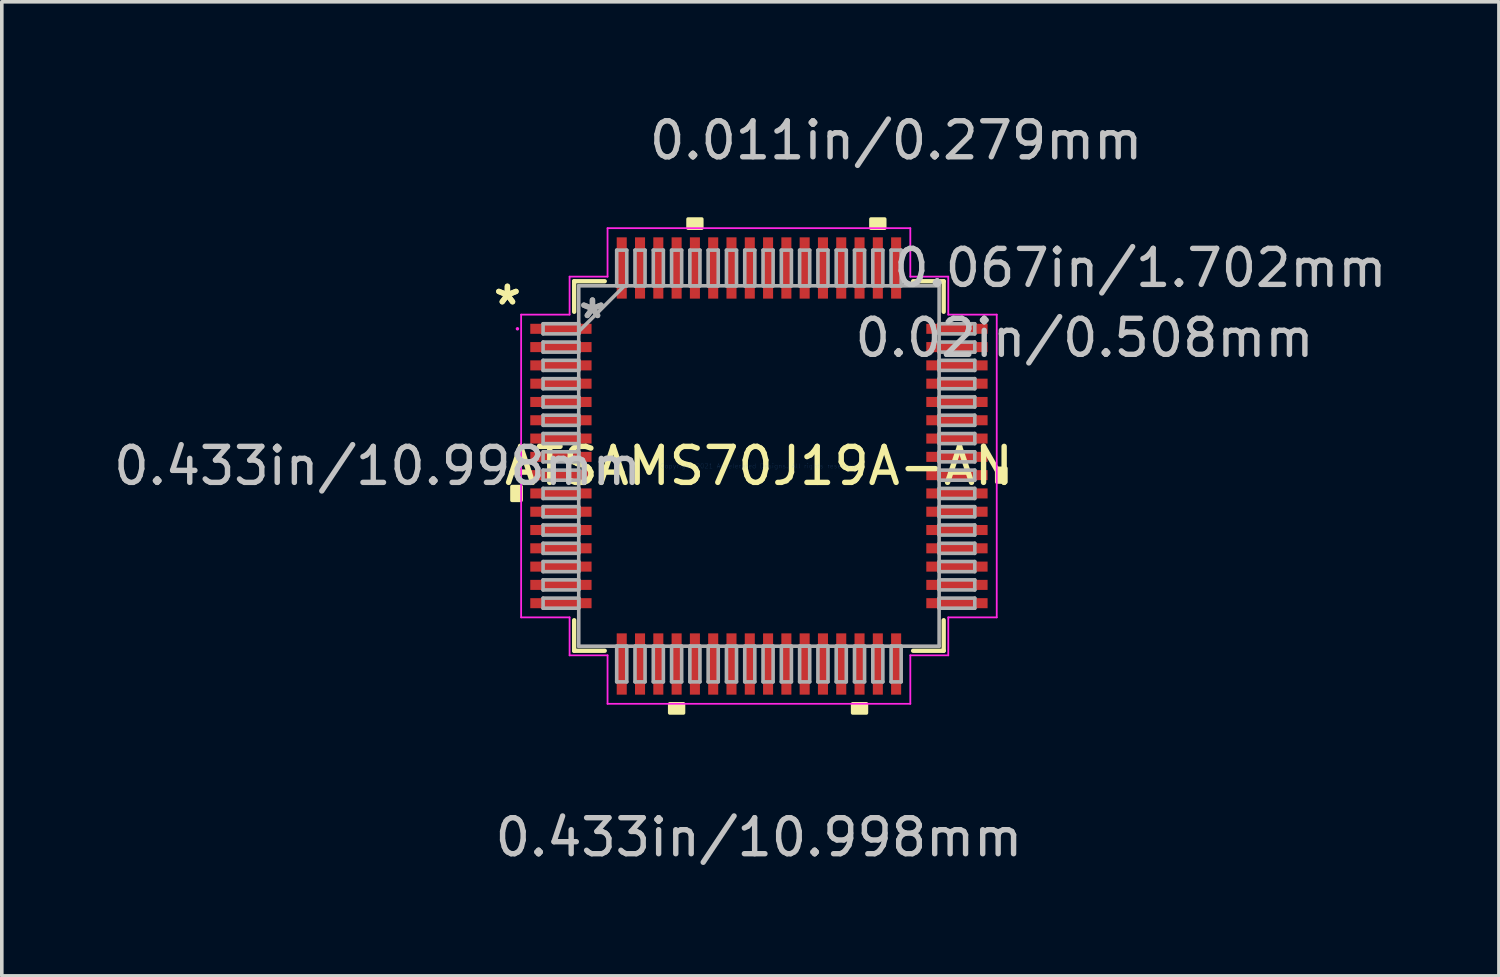
<source format=kicad_pcb>
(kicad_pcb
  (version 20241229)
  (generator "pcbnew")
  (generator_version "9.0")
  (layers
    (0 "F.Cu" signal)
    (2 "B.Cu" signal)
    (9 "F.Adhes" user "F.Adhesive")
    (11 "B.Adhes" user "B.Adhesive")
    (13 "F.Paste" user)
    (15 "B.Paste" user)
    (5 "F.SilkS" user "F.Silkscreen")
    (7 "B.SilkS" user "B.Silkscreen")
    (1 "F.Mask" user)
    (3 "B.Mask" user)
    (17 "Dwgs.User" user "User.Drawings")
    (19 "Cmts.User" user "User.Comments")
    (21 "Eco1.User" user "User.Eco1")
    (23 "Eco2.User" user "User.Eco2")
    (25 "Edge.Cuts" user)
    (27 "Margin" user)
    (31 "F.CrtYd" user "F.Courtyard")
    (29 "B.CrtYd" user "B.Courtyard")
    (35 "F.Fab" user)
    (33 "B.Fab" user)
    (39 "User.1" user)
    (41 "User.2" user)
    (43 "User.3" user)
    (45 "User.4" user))
  (footprint "ATSAMS70J19A-AN"
    (layer "F.Cu")
    (at 18.026 9.891)
    (property "Reference" "ATSAMS70J19A-AN" (at 0 0 0) (layer "F.SilkS") (effects (font (size 1 1) (thickness 0.15))))
    (attr through_hole)
    (fp_line (start -5.131 -5.131) (end -5.131 -4.282) (stroke (width 0.12) (type solid)) (layer "F.SilkS"))
    (fp_line (start -5.131 4.282) (end -5.131 5.131) (stroke (width 0.12) (type solid)) (layer "F.SilkS"))
    (fp_line (start -5.131 5.131) (end -4.282 5.131) (stroke (width 0.12) (type solid)) (layer "F.SilkS"))
    (fp_line (start -4.282 -5.131) (end -5.131 -5.131) (stroke (width 0.12) (type solid)) (layer "F.SilkS"))
    (fp_line (start 4.282 5.131) (end 5.131 5.131) (stroke (width 0.12) (type solid)) (layer "F.SilkS"))
    (fp_line (start 5.131 -5.131) (end 4.282 -5.131) (stroke (width 0.12) (type solid)) (layer "F.SilkS"))
    (fp_line (start 5.131 -4.282) (end 5.131 -5.131) (stroke (width 0.12) (type solid)) (layer "F.SilkS"))
    (fp_line (start 5.131 5.131) (end 5.131 4.282) (stroke (width 0.12) (type solid)) (layer "F.SilkS"))
    (fp_poly (pts (xy -6.858 0.572) (xy -6.858 0.953) (xy -6.604 0.953) (xy -6.604 0.572)) (stroke (width 0.1) (type solid)) (fill yes) (layer "F.SilkS"))
    (fp_poly (pts (xy -2.477 6.604) (xy -2.477 6.858) (xy -2.095 6.858) (xy -2.095 6.604)) (stroke (width 0.1) (type solid)) (fill yes) (layer "F.SilkS"))
    (fp_poly (pts (xy -1.968 -6.604) (xy -1.968 -6.858) (xy -1.587 -6.858) (xy -1.587 -6.604)) (stroke (width 0.1) (type solid)) (fill yes) (layer "F.SilkS"))
    (fp_poly (pts (xy 2.603 6.604) (xy 2.603 6.858) (xy 2.985 6.858) (xy 2.985 6.604)) (stroke (width 0.1) (type solid)) (fill yes) (layer "F.SilkS"))
    (fp_poly (pts (xy 3.111 -6.604) (xy 3.111 -6.858) (xy 3.493 -6.858) (xy 3.493 -6.604)) (stroke (width 0.1) (type solid)) (fill yes) (layer "F.SilkS"))
    (fp_poly (pts (xy 6.858 0.064) (xy 6.858 0.445) (xy 6.604 0.445) (xy 6.604 0.064)) (stroke (width 0.1) (type solid)) (fill yes) (layer "F.SilkS"))
    (fp_line (start -6.604 -4.204) (end -5.258 -4.204) (stroke (width 0.05) (type solid)) (layer "F.CrtYd"))
    (fp_line (start -6.604 4.204) (end -6.604 -4.204) (stroke (width 0.05) (type solid)) (layer "F.CrtYd"))
    (fp_line (start -5.258 -5.258) (end -4.204 -5.258) (stroke (width 0.05) (type solid)) (layer "F.CrtYd"))
    (fp_line (start -5.258 -4.204) (end -5.258 -5.258) (stroke (width 0.05) (type solid)) (layer "F.CrtYd"))
    (fp_line (start -5.258 4.204) (end -6.604 4.204) (stroke (width 0.05) (type solid)) (layer "F.CrtYd"))
    (fp_line (start -5.258 5.258) (end -5.258 4.204) (stroke (width 0.05) (type solid)) (layer "F.CrtYd"))
    (fp_line (start -4.204 -6.604) (end 4.204 -6.604) (stroke (width 0.05) (type solid)) (layer "F.CrtYd"))
    (fp_line (start -4.204 -5.258) (end -4.204 -6.604) (stroke (width 0.05) (type solid)) (layer "F.CrtYd"))
    (fp_line (start -4.204 5.258) (end -5.258 5.258) (stroke (width 0.05) (type solid)) (layer "F.CrtYd"))
    (fp_line (start -4.204 6.604) (end -4.204 5.258) (stroke (width 0.05) (type solid)) (layer "F.CrtYd"))
    (fp_line (start 4.204 -6.604) (end 4.204 -5.258) (stroke (width 0.05) (type solid)) (layer "F.CrtYd"))
    (fp_line (start 4.204 -5.258) (end 5.258 -5.258) (stroke (width 0.05) (type solid)) (layer "F.CrtYd"))
    (fp_line (start 4.204 5.258) (end 4.204 6.604) (stroke (width 0.05) (type solid)) (layer "F.CrtYd"))
    (fp_line (start 4.204 6.604) (end -4.204 6.604) (stroke (width 0.05) (type solid)) (layer "F.CrtYd"))
    (fp_line (start 5.258 -5.258) (end 5.258 -4.204) (stroke (width 0.05) (type solid)) (layer "F.CrtYd"))
    (fp_line (start 5.258 -4.204) (end 6.604 -4.204) (stroke (width 0.05) (type solid)) (layer "F.CrtYd"))
    (fp_line (start 5.258 4.204) (end 5.258 5.258) (stroke (width 0.05) (type solid)) (layer "F.CrtYd"))
    (fp_line (start 5.258 5.258) (end 4.204 5.258) (stroke (width 0.05) (type solid)) (layer "F.CrtYd"))
    (fp_line (start 6.604 -4.204) (end 6.604 4.204) (stroke (width 0.05) (type solid)) (layer "F.CrtYd"))
    (fp_line (start 6.604 4.204) (end 5.258 4.204) (stroke (width 0.05) (type solid)) (layer "F.CrtYd"))
    (fp_circle (center -6.706 -3.81) (end -6.706 -3.81) (stroke (width 0.05) (type solid)) (fill no) (layer "F.CrtYd"))
    (fp_line (start -5.994 -3.95) (end -5.994 -3.67) (stroke (width 0.1) (type solid)) (layer "F.Fab"))
    (fp_line (start -5.994 -3.67) (end -5.004 -3.67) (stroke (width 0.1) (type solid)) (layer "F.Fab"))
    (fp_line (start -5.994 -3.442) (end -5.994 -3.162) (stroke (width 0.1) (type solid)) (layer "F.Fab"))
    (fp_line (start -5.994 -3.162) (end -5.004 -3.162) (stroke (width 0.1) (type solid)) (layer "F.Fab"))
    (fp_line (start -5.994 -2.934) (end -5.994 -2.654) (stroke (width 0.1) (type solid)) (layer "F.Fab"))
    (fp_line (start -5.994 -2.654) (end -5.004 -2.654) (stroke (width 0.1) (type solid)) (layer "F.Fab"))
    (fp_line (start -5.994 -2.426) (end -5.994 -2.146) (stroke (width 0.1) (type solid)) (layer "F.Fab"))
    (fp_line (start -5.994 -2.146) (end -5.004 -2.146) (stroke (width 0.1) (type solid)) (layer "F.Fab"))
    (fp_line (start -5.994 -1.918) (end -5.994 -1.638) (stroke (width 0.1) (type solid)) (layer "F.Fab"))
    (fp_line (start -5.994 -1.638) (end -5.004 -1.638) (stroke (width 0.1) (type solid)) (layer "F.Fab"))
    (fp_line (start -5.994 -1.41) (end -5.994 -1.13) (stroke (width 0.1) (type solid)) (layer "F.Fab"))
    (fp_line (start -5.994 -1.13) (end -5.004 -1.13) (stroke (width 0.1) (type solid)) (layer "F.Fab"))
    (fp_line (start -5.994 -0.902) (end -5.994 -0.622) (stroke (width 0.1) (type solid)) (layer "F.Fab"))
    (fp_line (start -5.994 -0.622) (end -5.004 -0.622) (stroke (width 0.1) (type solid)) (layer "F.Fab"))
    (fp_line (start -5.994 -0.394) (end -5.994 -0.114) (stroke (width 0.1) (type solid)) (layer "F.Fab"))
    (fp_line (start -5.994 -0.114) (end -5.004 -0.114) (stroke (width 0.1) (type solid)) (layer "F.Fab"))
    (fp_line (start -5.994 0.114) (end -5.994 0.394) (stroke (width 0.1) (type solid)) (layer "F.Fab"))
    (fp_line (start -5.994 0.394) (end -5.004 0.394) (stroke (width 0.1) (type solid)) (layer "F.Fab"))
    (fp_line (start -5.994 0.622) (end -5.994 0.902) (stroke (width 0.1) (type solid)) (layer "F.Fab"))
    (fp_line (start -5.994 0.902) (end -5.004 0.902) (stroke (width 0.1) (type solid)) (layer "F.Fab"))
    (fp_line (start -5.994 1.13) (end -5.994 1.41) (stroke (width 0.1) (type solid)) (layer "F.Fab"))
    (fp_line (start -5.994 1.41) (end -5.004 1.41) (stroke (width 0.1) (type solid)) (layer "F.Fab"))
    (fp_line (start -5.994 1.638) (end -5.994 1.918) (stroke (width 0.1) (type solid)) (layer "F.Fab"))
    (fp_line (start -5.994 1.918) (end -5.004 1.918) (stroke (width 0.1) (type solid)) (layer "F.Fab"))
    (fp_line (start -5.994 2.146) (end -5.994 2.426) (stroke (width 0.1) (type solid)) (layer "F.Fab"))
    (fp_line (start -5.994 2.426) (end -5.004 2.426) (stroke (width 0.1) (type solid)) (layer "F.Fab"))
    (fp_line (start -5.994 2.654) (end -5.994 2.934) (stroke (width 0.1) (type solid)) (layer "F.Fab"))
    (fp_line (start -5.994 2.934) (end -5.004 2.934) (stroke (width 0.1) (type solid)) (layer "F.Fab"))
    (fp_line (start -5.994 3.162) (end -5.994 3.442) (stroke (width 0.1) (type solid)) (layer "F.Fab"))
    (fp_line (start -5.994 3.442) (end -5.004 3.442) (stroke (width 0.1) (type solid)) (layer "F.Fab"))
    (fp_line (start -5.994 3.67) (end -5.994 3.95) (stroke (width 0.1) (type solid)) (layer "F.Fab"))
    (fp_line (start -5.994 3.95) (end -5.004 3.95) (stroke (width 0.1) (type solid)) (layer "F.Fab"))
    (fp_line (start -5.004 -5.004) (end -5.004 -5.004) (stroke (width 0.1) (type solid)) (layer "F.Fab"))
    (fp_line (start -5.004 -5.004) (end -5.004 5.004) (stroke (width 0.1) (type solid)) (layer "F.Fab"))
    (fp_line (start -5.004 -3.95) (end -5.994 -3.95) (stroke (width 0.1) (type solid)) (layer "F.Fab"))
    (fp_line (start -5.004 -3.734) (end -3.734 -5.004) (stroke (width 0.1) (type solid)) (layer "F.Fab"))
    (fp_line (start -5.004 -3.67) (end -5.004 -3.95) (stroke (width 0.1) (type solid)) (layer "F.Fab"))
    (fp_line (start -5.004 -3.442) (end -5.994 -3.442) (stroke (width 0.1) (type solid)) (layer "F.Fab"))
    (fp_line (start -5.004 -3.162) (end -5.004 -3.442) (stroke (width 0.1) (type solid)) (layer "F.Fab"))
    (fp_line (start -5.004 -2.934) (end -5.994 -2.934) (stroke (width 0.1) (type solid)) (layer "F.Fab"))
    (fp_line (start -5.004 -2.654) (end -5.004 -2.934) (stroke (width 0.1) (type solid)) (layer "F.Fab"))
    (fp_line (start -5.004 -2.426) (end -5.994 -2.426) (stroke (width 0.1) (type solid)) (layer "F.Fab"))
    (fp_line (start -5.004 -2.146) (end -5.004 -2.426) (stroke (width 0.1) (type solid)) (layer "F.Fab"))
    (fp_line (start -5.004 -1.918) (end -5.994 -1.918) (stroke (width 0.1) (type solid)) (layer "F.Fab"))
    (fp_line (start -5.004 -1.638) (end -5.004 -1.918) (stroke (width 0.1) (type solid)) (layer "F.Fab"))
    (fp_line (start -5.004 -1.41) (end -5.994 -1.41) (stroke (width 0.1) (type solid)) (layer "F.Fab"))
    (fp_line (start -5.004 -1.13) (end -5.004 -1.41) (stroke (width 0.1) (type solid)) (layer "F.Fab"))
    (fp_line (start -5.004 -0.902) (end -5.994 -0.902) (stroke (width 0.1) (type solid)) (layer "F.Fab"))
    (fp_line (start -5.004 -0.622) (end -5.004 -0.902) (stroke (width 0.1) (type solid)) (layer "F.Fab"))
    (fp_line (start -5.004 -0.394) (end -5.994 -0.394) (stroke (width 0.1) (type solid)) (layer "F.Fab"))
    (fp_line (start -5.004 -0.114) (end -5.004 -0.394) (stroke (width 0.1) (type solid)) (layer "F.Fab"))
    (fp_line (start -5.004 0.114) (end -5.994 0.114) (stroke (width 0.1) (type solid)) (layer "F.Fab"))
    (fp_line (start -5.004 0.394) (end -5.004 0.114) (stroke (width 0.1) (type solid)) (layer "F.Fab"))
    (fp_line (start -5.004 0.622) (end -5.994 0.622) (stroke (width 0.1) (type solid)) (layer "F.Fab"))
    (fp_line (start -5.004 0.902) (end -5.004 0.622) (stroke (width 0.1) (type solid)) (layer "F.Fab"))
    (fp_line (start -5.004 1.13) (end -5.994 1.13) (stroke (width 0.1) (type solid)) (layer "F.Fab"))
    (fp_line (start -5.004 1.41) (end -5.004 1.13) (stroke (width 0.1) (type solid)) (layer "F.Fab"))
    (fp_line (start -5.004 1.638) (end -5.994 1.638) (stroke (width 0.1) (type solid)) (layer "F.Fab"))
    (fp_line (start -5.004 1.918) (end -5.004 1.638) (stroke (width 0.1) (type solid)) (layer "F.Fab"))
    (fp_line (start -5.004 2.146) (end -5.994 2.146) (stroke (width 0.1) (type solid)) (layer "F.Fab"))
    (fp_line (start -5.004 2.426) (end -5.004 2.146) (stroke (width 0.1) (type solid)) (layer "F.Fab"))
    (fp_line (start -5.004 2.654) (end -5.994 2.654) (stroke (width 0.1) (type solid)) (layer "F.Fab"))
    (fp_line (start -5.004 2.934) (end -5.004 2.654) (stroke (width 0.1) (type solid)) (layer "F.Fab"))
    (fp_line (start -5.004 3.162) (end -5.994 3.162) (stroke (width 0.1) (type solid)) (layer "F.Fab"))
    (fp_line (start -5.004 3.442) (end -5.004 3.162) (stroke (width 0.1) (type solid)) (layer "F.Fab"))
    (fp_line (start -5.004 3.67) (end -5.994 3.67) (stroke (width 0.1) (type solid)) (layer "F.Fab"))
    (fp_line (start -5.004 3.95) (end -5.004 3.67) (stroke (width 0.1) (type solid)) (layer "F.Fab"))
    (fp_line (start -5.004 5.004) (end -5.004 5.004) (stroke (width 0.1) (type solid)) (layer "F.Fab"))
    (fp_line (start -5.004 5.004) (end 5.004 5.004) (stroke (width 0.1) (type solid)) (layer "F.Fab"))
    (fp_line (start -3.95 -5.994) (end -3.95 -5.004) (stroke (width 0.1) (type solid)) (layer "F.Fab"))
    (fp_line (start -3.95 -5.004) (end -3.67 -5.004) (stroke (width 0.1) (type solid)) (layer "F.Fab"))
    (fp_line (start -3.95 5.004) (end -3.95 5.994) (stroke (width 0.1) (type solid)) (layer "F.Fab"))
    (fp_line (start -3.95 5.994) (end -3.67 5.994) (stroke (width 0.1) (type solid)) (layer "F.Fab"))
    (fp_line (start -3.67 -5.994) (end -3.95 -5.994) (stroke (width 0.1) (type solid)) (layer "F.Fab"))
    (fp_line (start -3.67 -5.004) (end -3.67 -5.994) (stroke (width 0.1) (type solid)) (layer "F.Fab"))
    (fp_line (start -3.67 5.004) (end -3.95 5.004) (stroke (width 0.1) (type solid)) (layer "F.Fab"))
    (fp_line (start -3.67 5.994) (end -3.67 5.004) (stroke (width 0.1) (type solid)) (layer "F.Fab"))
    (fp_line (start -3.442 -5.994) (end -3.442 -5.004) (stroke (width 0.1) (type solid)) (layer "F.Fab"))
    (fp_line (start -3.442 -5.004) (end -3.162 -5.004) (stroke (width 0.1) (type solid)) (layer "F.Fab"))
    (fp_line (start -3.442 5.004) (end -3.442 5.994) (stroke (width 0.1) (type solid)) (layer "F.Fab"))
    (fp_line (start -3.442 5.994) (end -3.162 5.994) (stroke (width 0.1) (type solid)) (layer "F.Fab"))
    (fp_line (start -3.162 -5.994) (end -3.442 -5.994) (stroke (width 0.1) (type solid)) (layer "F.Fab"))
    (fp_line (start -3.162 -5.004) (end -3.162 -5.994) (stroke (width 0.1) (type solid)) (layer "F.Fab"))
    (fp_line (start -3.162 5.004) (end -3.442 5.004) (stroke (width 0.1) (type solid)) (layer "F.Fab"))
    (fp_line (start -3.162 5.994) (end -3.162 5.004) (stroke (width 0.1) (type solid)) (layer "F.Fab"))
    (fp_line (start -2.934 -5.994) (end -2.934 -5.004) (stroke (width 0.1) (type solid)) (layer "F.Fab"))
    (fp_line (start -2.934 -5.004) (end -2.654 -5.004) (stroke (width 0.1) (type solid)) (layer "F.Fab"))
    (fp_line (start -2.934 5.004) (end -2.934 5.994) (stroke (width 0.1) (type solid)) (layer "F.Fab"))
    (fp_line (start -2.934 5.994) (end -2.654 5.994) (stroke (width 0.1) (type solid)) (layer "F.Fab"))
    (fp_line (start -2.654 -5.994) (end -2.934 -5.994) (stroke (width 0.1) (type solid)) (layer "F.Fab"))
    (fp_line (start -2.654 -5.004) (end -2.654 -5.994) (stroke (width 0.1) (type solid)) (layer "F.Fab"))
    (fp_line (start -2.654 5.004) (end -2.934 5.004) (stroke (width 0.1) (type solid)) (layer "F.Fab"))
    (fp_line (start -2.654 5.994) (end -2.654 5.004) (stroke (width 0.1) (type solid)) (layer "F.Fab"))
    (fp_line (start -2.426 -5.994) (end -2.426 -5.004) (stroke (width 0.1) (type solid)) (layer "F.Fab"))
    (fp_line (start -2.426 -5.004) (end -2.146 -5.004) (stroke (width 0.1) (type solid)) (layer "F.Fab"))
    (fp_line (start -2.426 5.004) (end -2.426 5.994) (stroke (width 0.1) (type solid)) (layer "F.Fab"))
    (fp_line (start -2.426 5.994) (end -2.146 5.994) (stroke (width 0.1) (type solid)) (layer "F.Fab"))
    (fp_line (start -2.146 -5.994) (end -2.426 -5.994) (stroke (width 0.1) (type solid)) (layer "F.Fab"))
    (fp_line (start -2.146 -5.004) (end -2.146 -5.994) (stroke (width 0.1) (type solid)) (layer "F.Fab"))
    (fp_line (start -2.146 5.004) (end -2.426 5.004) (stroke (width 0.1) (type solid)) (layer "F.Fab"))
    (fp_line (start -2.146 5.994) (end -2.146 5.004) (stroke (width 0.1) (type solid)) (layer "F.Fab"))
    (fp_line (start -1.918 -5.994) (end -1.918 -5.004) (stroke (width 0.1) (type solid)) (layer "F.Fab"))
    (fp_line (start -1.918 -5.004) (end -1.638 -5.004) (stroke (width 0.1) (type solid)) (layer "F.Fab"))
    (fp_line (start -1.918 5.004) (end -1.918 5.994) (stroke (width 0.1) (type solid)) (layer "F.Fab"))
    (fp_line (start -1.918 5.994) (end -1.638 5.994) (stroke (width 0.1) (type solid)) (layer "F.Fab"))
    (fp_line (start -1.638 -5.994) (end -1.918 -5.994) (stroke (width 0.1) (type solid)) (layer "F.Fab"))
    (fp_line (start -1.638 -5.004) (end -1.638 -5.994) (stroke (width 0.1) (type solid)) (layer "F.Fab"))
    (fp_line (start -1.638 5.004) (end -1.918 5.004) (stroke (width 0.1) (type solid)) (layer "F.Fab"))
    (fp_line (start -1.638 5.994) (end -1.638 5.004) (stroke (width 0.1) (type solid)) (layer "F.Fab"))
    (fp_line (start -1.41 -5.994) (end -1.41 -5.004) (stroke (width 0.1) (type solid)) (layer "F.Fab"))
    (fp_line (start -1.41 -5.004) (end -1.13 -5.004) (stroke (width 0.1) (type solid)) (layer "F.Fab"))
    (fp_line (start -1.41 5.004) (end -1.41 5.994) (stroke (width 0.1) (type solid)) (layer "F.Fab"))
    (fp_line (start -1.41 5.994) (end -1.13 5.994) (stroke (width 0.1) (type solid)) (layer "F.Fab"))
    (fp_line (start -1.13 -5.994) (end -1.41 -5.994) (stroke (width 0.1) (type solid)) (layer "F.Fab"))
    (fp_line (start -1.13 -5.004) (end -1.13 -5.994) (stroke (width 0.1) (type solid)) (layer "F.Fab"))
    (fp_line (start -1.13 5.004) (end -1.41 5.004) (stroke (width 0.1) (type solid)) (layer "F.Fab"))
    (fp_line (start -1.13 5.994) (end -1.13 5.004) (stroke (width 0.1) (type solid)) (layer "F.Fab"))
    (fp_line (start -0.902 -5.994) (end -0.902 -5.004) (stroke (width 0.1) (type solid)) (layer "F.Fab"))
    (fp_line (start -0.902 -5.004) (end -0.622 -5.004) (stroke (width 0.1) (type solid)) (layer "F.Fab"))
    (fp_line (start -0.902 5.004) (end -0.902 5.994) (stroke (width 0.1) (type solid)) (layer "F.Fab"))
    (fp_line (start -0.902 5.994) (end -0.622 5.994) (stroke (width 0.1) (type solid)) (layer "F.Fab"))
    (fp_line (start -0.622 -5.994) (end -0.902 -5.994) (stroke (width 0.1) (type solid)) (layer "F.Fab"))
    (fp_line (start -0.622 -5.004) (end -0.622 -5.994) (stroke (width 0.1) (type solid)) (layer "F.Fab"))
    (fp_line (start -0.622 5.004) (end -0.902 5.004) (stroke (width 0.1) (type solid)) (layer "F.Fab"))
    (fp_line (start -0.622 5.994) (end -0.622 5.004) (stroke (width 0.1) (type solid)) (layer "F.Fab"))
    (fp_line (start -0.394 -5.994) (end -0.394 -5.004) (stroke (width 0.1) (type solid)) (layer "F.Fab"))
    (fp_line (start -0.394 -5.004) (end -0.114 -5.004) (stroke (width 0.1) (type solid)) (layer "F.Fab"))
    (fp_line (start -0.394 5.004) (end -0.394 5.994) (stroke (width 0.1) (type solid)) (layer "F.Fab"))
    (fp_line (start -0.394 5.994) (end -0.114 5.994) (stroke (width 0.1) (type solid)) (layer "F.Fab"))
    (fp_line (start -0.114 -5.994) (end -0.394 -5.994) (stroke (width 0.1) (type solid)) (layer "F.Fab"))
    (fp_line (start -0.114 -5.004) (end -0.114 -5.994) (stroke (width 0.1) (type solid)) (layer "F.Fab"))
    (fp_line (start -0.114 5.004) (end -0.394 5.004) (stroke (width 0.1) (type solid)) (layer "F.Fab"))
    (fp_line (start -0.114 5.994) (end -0.114 5.004) (stroke (width 0.1) (type solid)) (layer "F.Fab"))
    (fp_line (start 0.114 -5.994) (end 0.114 -5.004) (stroke (width 0.1) (type solid)) (layer "F.Fab"))
    (fp_line (start 0.114 -5.004) (end 0.394 -5.004) (stroke (width 0.1) (type solid)) (layer "F.Fab"))
    (fp_line (start 0.114 5.004) (end 0.114 5.994) (stroke (width 0.1) (type solid)) (layer "F.Fab"))
    (fp_line (start 0.114 5.994) (end 0.394 5.994) (stroke (width 0.1) (type solid)) (layer "F.Fab"))
    (fp_line (start 0.394 -5.994) (end 0.114 -5.994) (stroke (width 0.1) (type solid)) (layer "F.Fab"))
    (fp_line (start 0.394 -5.004) (end 0.394 -5.994) (stroke (width 0.1) (type solid)) (layer "F.Fab"))
    (fp_line (start 0.394 5.004) (end 0.114 5.004) (stroke (width 0.1) (type solid)) (layer "F.Fab"))
    (fp_line (start 0.394 5.994) (end 0.394 5.004) (stroke (width 0.1) (type solid)) (layer "F.Fab"))
    (fp_line (start 0.622 -5.994) (end 0.622 -5.004) (stroke (width 0.1) (type solid)) (layer "F.Fab"))
    (fp_line (start 0.622 -5.004) (end 0.902 -5.004) (stroke (width 0.1) (type solid)) (layer "F.Fab"))
    (fp_line (start 0.622 5.004) (end 0.622 5.994) (stroke (width 0.1) (type solid)) (layer "F.Fab"))
    (fp_line (start 0.622 5.994) (end 0.902 5.994) (stroke (width 0.1) (type solid)) (layer "F.Fab"))
    (fp_line (start 0.902 -5.994) (end 0.622 -5.994) (stroke (width 0.1) (type solid)) (layer "F.Fab"))
    (fp_line (start 0.902 -5.004) (end 0.902 -5.994) (stroke (width 0.1) (type solid)) (layer "F.Fab"))
    (fp_line (start 0.902 5.004) (end 0.622 5.004) (stroke (width 0.1) (type solid)) (layer "F.Fab"))
    (fp_line (start 0.902 5.994) (end 0.902 5.004) (stroke (width 0.1) (type solid)) (layer "F.Fab"))
    (fp_line (start 1.13 -5.994) (end 1.13 -5.004) (stroke (width 0.1) (type solid)) (layer "F.Fab"))
    (fp_line (start 1.13 -5.004) (end 1.41 -5.004) (stroke (width 0.1) (type solid)) (layer "F.Fab"))
    (fp_line (start 1.13 5.004) (end 1.13 5.994) (stroke (width 0.1) (type solid)) (layer "F.Fab"))
    (fp_line (start 1.13 5.994) (end 1.41 5.994) (stroke (width 0.1) (type solid)) (layer "F.Fab"))
    (fp_line (start 1.41 -5.994) (end 1.13 -5.994) (stroke (width 0.1) (type solid)) (layer "F.Fab"))
    (fp_line (start 1.41 -5.004) (end 1.41 -5.994) (stroke (width 0.1) (type solid)) (layer "F.Fab"))
    (fp_line (start 1.41 5.004) (end 1.13 5.004) (stroke (width 0.1) (type solid)) (layer "F.Fab"))
    (fp_line (start 1.41 5.994) (end 1.41 5.004) (stroke (width 0.1) (type solid)) (layer "F.Fab"))
    (fp_line (start 1.638 -5.994) (end 1.638 -5.004) (stroke (width 0.1) (type solid)) (layer "F.Fab"))
    (fp_line (start 1.638 -5.004) (end 1.918 -5.004) (stroke (width 0.1) (type solid)) (layer "F.Fab"))
    (fp_line (start 1.638 5.004) (end 1.638 5.994) (stroke (width 0.1) (type solid)) (layer "F.Fab"))
    (fp_line (start 1.638 5.994) (end 1.918 5.994) (stroke (width 0.1) (type solid)) (layer "F.Fab"))
    (fp_line (start 1.918 -5.994) (end 1.638 -5.994) (stroke (width 0.1) (type solid)) (layer "F.Fab"))
    (fp_line (start 1.918 -5.004) (end 1.918 -5.994) (stroke (width 0.1) (type solid)) (layer "F.Fab"))
    (fp_line (start 1.918 5.004) (end 1.638 5.004) (stroke (width 0.1) (type solid)) (layer "F.Fab"))
    (fp_line (start 1.918 5.994) (end 1.918 5.004) (stroke (width 0.1) (type solid)) (layer "F.Fab"))
    (fp_line (start 2.146 -5.994) (end 2.146 -5.004) (stroke (width 0.1) (type solid)) (layer "F.Fab"))
    (fp_line (start 2.146 -5.004) (end 2.426 -5.004) (stroke (width 0.1) (type solid)) (layer "F.Fab"))
    (fp_line (start 2.146 5.004) (end 2.146 5.994) (stroke (width 0.1) (type solid)) (layer "F.Fab"))
    (fp_line (start 2.146 5.994) (end 2.426 5.994) (stroke (width 0.1) (type solid)) (layer "F.Fab"))
    (fp_line (start 2.426 -5.994) (end 2.146 -5.994) (stroke (width 0.1) (type solid)) (layer "F.Fab"))
    (fp_line (start 2.426 -5.004) (end 2.426 -5.994) (stroke (width 0.1) (type solid)) (layer "F.Fab"))
    (fp_line (start 2.426 5.004) (end 2.146 5.004) (stroke (width 0.1) (type solid)) (layer "F.Fab"))
    (fp_line (start 2.426 5.994) (end 2.426 5.004) (stroke (width 0.1) (type solid)) (layer "F.Fab"))
    (fp_line (start 2.654 -5.994) (end 2.654 -5.004) (stroke (width 0.1) (type solid)) (layer "F.Fab"))
    (fp_line (start 2.654 -5.004) (end 2.934 -5.004) (stroke (width 0.1) (type solid)) (layer "F.Fab"))
    (fp_line (start 2.654 5.004) (end 2.654 5.994) (stroke (width 0.1) (type solid)) (layer "F.Fab"))
    (fp_line (start 2.654 5.994) (end 2.934 5.994) (stroke (width 0.1) (type solid)) (layer "F.Fab"))
    (fp_line (start 2.934 -5.994) (end 2.654 -5.994) (stroke (width 0.1) (type solid)) (layer "F.Fab"))
    (fp_line (start 2.934 -5.004) (end 2.934 -5.994) (stroke (width 0.1) (type solid)) (layer "F.Fab"))
    (fp_line (start 2.934 5.004) (end 2.654 5.004) (stroke (width 0.1) (type solid)) (layer "F.Fab"))
    (fp_line (start 2.934 5.994) (end 2.934 5.004) (stroke (width 0.1) (type solid)) (layer "F.Fab"))
    (fp_line (start 3.162 -5.994) (end 3.162 -5.004) (stroke (width 0.1) (type solid)) (layer "F.Fab"))
    (fp_line (start 3.162 -5.004) (end 3.442 -5.004) (stroke (width 0.1) (type solid)) (layer "F.Fab"))
    (fp_line (start 3.162 5.004) (end 3.162 5.994) (stroke (width 0.1) (type solid)) (layer "F.Fab"))
    (fp_line (start 3.162 5.994) (end 3.442 5.994) (stroke (width 0.1) (type solid)) (layer "F.Fab"))
    (fp_line (start 3.442 -5.994) (end 3.162 -5.994) (stroke (width 0.1) (type solid)) (layer "F.Fab"))
    (fp_line (start 3.442 -5.004) (end 3.442 -5.994) (stroke (width 0.1) (type solid)) (layer "F.Fab"))
    (fp_line (start 3.442 5.004) (end 3.162 5.004) (stroke (width 0.1) (type solid)) (layer "F.Fab"))
    (fp_line (start 3.442 5.994) (end 3.442 5.004) (stroke (width 0.1) (type solid)) (layer "F.Fab"))
    (fp_line (start 3.67 -5.994) (end 3.67 -5.004) (stroke (width 0.1) (type solid)) (layer "F.Fab"))
    (fp_line (start 3.67 -5.004) (end 3.95 -5.004) (stroke (width 0.1) (type solid)) (layer "F.Fab"))
    (fp_line (start 3.67 5.004) (end 3.67 5.994) (stroke (width 0.1) (type solid)) (layer "F.Fab"))
    (fp_line (start 3.67 5.994) (end 3.95 5.994) (stroke (width 0.1) (type solid)) (layer "F.Fab"))
    (fp_line (start 3.95 -5.994) (end 3.67 -5.994) (stroke (width 0.1) (type solid)) (layer "F.Fab"))
    (fp_line (start 3.95 -5.004) (end 3.95 -5.994) (stroke (width 0.1) (type solid)) (layer "F.Fab"))
    (fp_line (start 3.95 5.004) (end 3.67 5.004) (stroke (width 0.1) (type solid)) (layer "F.Fab"))
    (fp_line (start 3.95 5.994) (end 3.95 5.004) (stroke (width 0.1) (type solid)) (layer "F.Fab"))
    (fp_line (start 5.004 -5.004) (end -5.004 -5.004) (stroke (width 0.1) (type solid)) (layer "F.Fab"))
    (fp_line (start 5.004 -5.004) (end 5.004 -5.004) (stroke (width 0.1) (type solid)) (layer "F.Fab"))
    (fp_line (start 5.004 -3.95) (end 5.004 -3.67) (stroke (width 0.1) (type solid)) (layer "F.Fab"))
    (fp_line (start 5.004 -3.67) (end 5.994 -3.67) (stroke (width 0.1) (type solid)) (layer "F.Fab"))
    (fp_line (start 5.004 -3.442) (end 5.004 -3.162) (stroke (width 0.1) (type solid)) (layer "F.Fab"))
    (fp_line (start 5.004 -3.162) (end 5.994 -3.162) (stroke (width 0.1) (type solid)) (layer "F.Fab"))
    (fp_line (start 5.004 -2.934) (end 5.004 -2.654) (stroke (width 0.1) (type solid)) (layer "F.Fab"))
    (fp_line (start 5.004 -2.654) (end 5.994 -2.654) (stroke (width 0.1) (type solid)) (layer "F.Fab"))
    (fp_line (start 5.004 -2.426) (end 5.004 -2.146) (stroke (width 0.1) (type solid)) (layer "F.Fab"))
    (fp_line (start 5.004 -2.146) (end 5.994 -2.146) (stroke (width 0.1) (type solid)) (layer "F.Fab"))
    (fp_line (start 5.004 -1.918) (end 5.004 -1.638) (stroke (width 0.1) (type solid)) (layer "F.Fab"))
    (fp_line (start 5.004 -1.638) (end 5.994 -1.638) (stroke (width 0.1) (type solid)) (layer "F.Fab"))
    (fp_line (start 5.004 -1.41) (end 5.004 -1.13) (stroke (width 0.1) (type solid)) (layer "F.Fab"))
    (fp_line (start 5.004 -1.13) (end 5.994 -1.13) (stroke (width 0.1) (type solid)) (layer "F.Fab"))
    (fp_line (start 5.004 -0.902) (end 5.004 -0.622) (stroke (width 0.1) (type solid)) (layer "F.Fab"))
    (fp_line (start 5.004 -0.622) (end 5.994 -0.622) (stroke (width 0.1) (type solid)) (layer "F.Fab"))
    (fp_line (start 5.004 -0.394) (end 5.004 -0.114) (stroke (width 0.1) (type solid)) (layer "F.Fab"))
    (fp_line (start 5.004 -0.114) (end 5.994 -0.114) (stroke (width 0.1) (type solid)) (layer "F.Fab"))
    (fp_line (start 5.004 0.114) (end 5.004 0.394) (stroke (width 0.1) (type solid)) (layer "F.Fab"))
    (fp_line (start 5.004 0.394) (end 5.994 0.394) (stroke (width 0.1) (type solid)) (layer "F.Fab"))
    (fp_line (start 5.004 0.622) (end 5.004 0.902) (stroke (width 0.1) (type solid)) (layer "F.Fab"))
    (fp_line (start 5.004 0.902) (end 5.994 0.902) (stroke (width 0.1) (type solid)) (layer "F.Fab"))
    (fp_line (start 5.004 1.13) (end 5.004 1.41) (stroke (width 0.1) (type solid)) (layer "F.Fab"))
    (fp_line (start 5.004 1.41) (end 5.994 1.41) (stroke (width 0.1) (type solid)) (layer "F.Fab"))
    (fp_line (start 5.004 1.638) (end 5.004 1.918) (stroke (width 0.1) (type solid)) (layer "F.Fab"))
    (fp_line (start 5.004 1.918) (end 5.994 1.918) (stroke (width 0.1) (type solid)) (layer "F.Fab"))
    (fp_line (start 5.004 2.146) (end 5.004 2.426) (stroke (width 0.1) (type solid)) (layer "F.Fab"))
    (fp_line (start 5.004 2.426) (end 5.994 2.426) (stroke (width 0.1) (type solid)) (layer "F.Fab"))
    (fp_line (start 5.004 2.654) (end 5.004 2.934) (stroke (width 0.1) (type solid)) (layer "F.Fab"))
    (fp_line (start 5.004 2.934) (end 5.994 2.934) (stroke (width 0.1) (type solid)) (layer "F.Fab"))
    (fp_line (start 5.004 3.162) (end 5.004 3.442) (stroke (width 0.1) (type solid)) (layer "F.Fab"))
    (fp_line (start 5.004 3.442) (end 5.994 3.442) (stroke (width 0.1) (type solid)) (layer "F.Fab"))
    (fp_line (start 5.004 3.67) (end 5.004 3.95) (stroke (width 0.1) (type solid)) (layer "F.Fab"))
    (fp_line (start 5.004 3.95) (end 5.994 3.95) (stroke (width 0.1) (type solid)) (layer "F.Fab"))
    (fp_line (start 5.004 5.004) (end 5.004 -5.004) (stroke (width 0.1) (type solid)) (layer "F.Fab"))
    (fp_line (start 5.004 5.004) (end 5.004 5.004) (stroke (width 0.1) (type solid)) (layer "F.Fab"))
    (fp_line (start 5.994 -3.95) (end 5.004 -3.95) (stroke (width 0.1) (type solid)) (layer "F.Fab"))
    (fp_line (start 5.994 -3.67) (end 5.994 -3.95) (stroke (width 0.1) (type solid)) (layer "F.Fab"))
    (fp_line (start 5.994 -3.442) (end 5.004 -3.442) (stroke (width 0.1) (type solid)) (layer "F.Fab"))
    (fp_line (start 5.994 -3.162) (end 5.994 -3.442) (stroke (width 0.1) (type solid)) (layer "F.Fab"))
    (fp_line (start 5.994 -2.934) (end 5.004 -2.934) (stroke (width 0.1) (type solid)) (layer "F.Fab"))
    (fp_line (start 5.994 -2.654) (end 5.994 -2.934) (stroke (width 0.1) (type solid)) (layer "F.Fab"))
    (fp_line (start 5.994 -2.426) (end 5.004 -2.426) (stroke (width 0.1) (type solid)) (layer "F.Fab"))
    (fp_line (start 5.994 -2.146) (end 5.994 -2.426) (stroke (width 0.1) (type solid)) (layer "F.Fab"))
    (fp_line (start 5.994 -1.918) (end 5.004 -1.918) (stroke (width 0.1) (type solid)) (layer "F.Fab"))
    (fp_line (start 5.994 -1.638) (end 5.994 -1.918) (stroke (width 0.1) (type solid)) (layer "F.Fab"))
    (fp_line (start 5.994 -1.41) (end 5.004 -1.41) (stroke (width 0.1) (type solid)) (layer "F.Fab"))
    (fp_line (start 5.994 -1.13) (end 5.994 -1.41) (stroke (width 0.1) (type solid)) (layer "F.Fab"))
    (fp_line (start 5.994 -0.902) (end 5.004 -0.902) (stroke (width 0.1) (type solid)) (layer "F.Fab"))
    (fp_line (start 5.994 -0.622) (end 5.994 -0.902) (stroke (width 0.1) (type solid)) (layer "F.Fab"))
    (fp_line (start 5.994 -0.394) (end 5.004 -0.394) (stroke (width 0.1) (type solid)) (layer "F.Fab"))
    (fp_line (start 5.994 -0.114) (end 5.994 -0.394) (stroke (width 0.1) (type solid)) (layer "F.Fab"))
    (fp_line (start 5.994 0.114) (end 5.004 0.114) (stroke (width 0.1) (type solid)) (layer "F.Fab"))
    (fp_line (start 5.994 0.394) (end 5.994 0.114) (stroke (width 0.1) (type solid)) (layer "F.Fab"))
    (fp_line (start 5.994 0.622) (end 5.004 0.622) (stroke (width 0.1) (type solid)) (layer "F.Fab"))
    (fp_line (start 5.994 0.902) (end 5.994 0.622) (stroke (width 0.1) (type solid)) (layer "F.Fab"))
    (fp_line (start 5.994 1.13) (end 5.004 1.13) (stroke (width 0.1) (type solid)) (layer "F.Fab"))
    (fp_line (start 5.994 1.41) (end 5.994 1.13) (stroke (width 0.1) (type solid)) (layer "F.Fab"))
    (fp_line (start 5.994 1.638) (end 5.004 1.638) (stroke (width 0.1) (type solid)) (layer "F.Fab"))
    (fp_line (start 5.994 1.918) (end 5.994 1.638) (stroke (width 0.1) (type solid)) (layer "F.Fab"))
    (fp_line (start 5.994 2.146) (end 5.004 2.146) (stroke (width 0.1) (type solid)) (layer "F.Fab"))
    (fp_line (start 5.994 2.426) (end 5.994 2.146) (stroke (width 0.1) (type solid)) (layer "F.Fab"))
    (fp_line (start 5.994 2.654) (end 5.004 2.654) (stroke (width 0.1) (type solid)) (layer "F.Fab"))
    (fp_line (start 5.994 2.934) (end 5.994 2.654) (stroke (width 0.1) (type solid)) (layer "F.Fab"))
    (fp_line (start 5.994 3.162) (end 5.004 3.162) (stroke (width 0.1) (type solid)) (layer "F.Fab"))
    (fp_line (start 5.994 3.442) (end 5.994 3.162) (stroke (width 0.1) (type solid)) (layer "F.Fab"))
    (fp_line (start 5.994 3.67) (end 5.004 3.67) (stroke (width 0.1) (type solid)) (layer "F.Fab"))
    (fp_line (start 5.994 3.95) (end 5.994 3.67) (stroke (width 0.1) (type solid)) (layer "F.Fab"))
    (fp_text user "*" (at -6.985 -4.445 0) (layer "F.SilkS") (effects (font (size 1 1) (thickness 0.15))))
    (fp_text user "*" (at -6.985 -4.445 0) (layer "F.SilkS") (effects (font (size 1 1) (thickness 0.15))))
    (fp_text user "0.011in/0.279mm" (at 3.81 -9.042 0) (layer "Dwgs.User") (effects (font (size 1 1) (thickness 0.15))))
    (fp_text user "0.433in/10.998mm" (at -10.592 0 0) (layer "Dwgs.User") (effects (font (size 1 1) (thickness 0.15))))
    (fp_text user "0.067in/1.702mm" (at 10.592 -5.499 0) (layer "Dwgs.User") (effects (font (size 1 1) (thickness 0.15))))
    (fp_text user "0.433in/10.998mm" (at 0 10.312 0) (layer "Dwgs.User") (effects (font (size 1 1) (thickness 0.15))))
    (fp_text user "0.02in/0.508mm" (at 9.042 -3.556 0) (layer "Dwgs.User") (effects (font (size 1 1) (thickness 0.15))))
    (fp_text user "Copyright 2021 Accelerated Designs. All rights reserved." (at 0 0 0) (layer "Cmts.User") (effects (font (size 0.127 0.127) (thickness 0.002))))
    (fp_text user "*" (at -4.623 -4.064 0) (layer "F.Fab") (effects (font (size 1 1) (thickness 0.15))))
    (fp_text user "*" (at -4.623 -4.064 0) (layer "F.Fab") (effects (font (size 1 1) (thickness 0.15))))
    (pad "1" smd rect (at -5.499 -3.81 90) (size 0.279 1.702) (layers "F.Cu" "F.Mask" "F.Paste"))
    (pad "2" smd rect (at -5.499 -3.302 90) (size 0.279 1.702) (layers "F.Cu" "F.Mask" "F.Paste"))
    (pad "3" smd rect (at -5.499 -2.794 90) (size 0.279 1.702) (layers "F.Cu" "F.Mask" "F.Paste"))
    (pad "4" smd rect (at -5.499 -2.286 90) (size 0.279 1.702) (layers "F.Cu" "F.Mask" "F.Paste"))
    (pad "5" smd rect (at -5.499 -1.778 90) (size 0.279 1.702) (layers "F.Cu" "F.Mask" "F.Paste"))
    (pad "6" smd rect (at -5.499 -1.27 90) (size 0.279 1.702) (layers "F.Cu" "F.Mask" "F.Paste"))
    (pad "7" smd rect (at -5.499 -0.762 90) (size 0.279 1.702) (layers "F.Cu" "F.Mask" "F.Paste"))
    (pad "8" smd rect (at -5.499 -0.254 90) (size 0.279 1.702) (layers "F.Cu" "F.Mask" "F.Paste"))
    (pad "9" smd rect (at -5.499 0.254 90) (size 0.279 1.702) (layers "F.Cu" "F.Mask" "F.Paste"))
    (pad "10" smd rect (at -5.499 0.762 90) (size 0.279 1.702) (layers "F.Cu" "F.Mask" "F.Paste"))
    (pad "11" smd rect (at -5.499 1.27 90) (size 0.279 1.702) (layers "F.Cu" "F.Mask" "F.Paste"))
    (pad "12" smd rect (at -5.499 1.778 90) (size 0.279 1.702) (layers "F.Cu" "F.Mask" "F.Paste"))
    (pad "13" smd rect (at -5.499 2.286 90) (size 0.279 1.702) (layers "F.Cu" "F.Mask" "F.Paste"))
    (pad "14" smd rect (at -5.499 2.794 90) (size 0.279 1.702) (layers "F.Cu" "F.Mask" "F.Paste"))
    (pad "15" smd rect (at -5.499 3.302 90) (size 0.279 1.702) (layers "F.Cu" "F.Mask" "F.Paste"))
    (pad "16" smd rect (at -5.499 3.81 90) (size 0.279 1.702) (layers "F.Cu" "F.Mask" "F.Paste"))
    (pad "17" smd rect (at -3.81 5.499) (size 0.279 1.702) (layers "F.Cu" "F.Mask" "F.Paste"))
    (pad "18" smd rect (at -3.302 5.499) (size 0.279 1.702) (layers "F.Cu" "F.Mask" "F.Paste"))
    (pad "19" smd rect (at -2.794 5.499) (size 0.279 1.702) (layers "F.Cu" "F.Mask" "F.Paste"))
    (pad "20" smd rect (at -2.286 5.499) (size 0.279 1.702) (layers "F.Cu" "F.Mask" "F.Paste"))
    (pad "21" smd rect (at -1.778 5.499) (size 0.279 1.702) (layers "F.Cu" "F.Mask" "F.Paste"))
    (pad "22" smd rect (at -1.27 5.499) (size 0.279 1.702) (layers "F.Cu" "F.Mask" "F.Paste"))
    (pad "23" smd rect (at -0.762 5.499) (size 0.279 1.702) (layers "F.Cu" "F.Mask" "F.Paste"))
    (pad "24" smd rect (at -0.254 5.499) (size 0.279 1.702) (layers "F.Cu" "F.Mask" "F.Paste"))
    (pad "25" smd rect (at 0.254 5.499) (size 0.279 1.702) (layers "F.Cu" "F.Mask" "F.Paste"))
    (pad "26" smd rect (at 0.762 5.499) (size 0.279 1.702) (layers "F.Cu" "F.Mask" "F.Paste"))
    (pad "27" smd rect (at 1.27 5.499) (size 0.279 1.702) (layers "F.Cu" "F.Mask" "F.Paste"))
    (pad "28" smd rect (at 1.778 5.499) (size 0.279 1.702) (layers "F.Cu" "F.Mask" "F.Paste"))
    (pad "29" smd rect (at 2.286 5.499) (size 0.279 1.702) (layers "F.Cu" "F.Mask" "F.Paste"))
    (pad "30" smd rect (at 2.794 5.499) (size 0.279 1.702) (layers "F.Cu" "F.Mask" "F.Paste"))
    (pad "31" smd rect (at 3.302 5.499) (size 0.279 1.702) (layers "F.Cu" "F.Mask" "F.Paste"))
    (pad "32" smd rect (at 3.81 5.499) (size 0.279 1.702) (layers "F.Cu" "F.Mask" "F.Paste"))
    (pad "33" smd rect (at 5.499 3.81 90) (size 0.279 1.702) (layers "F.Cu" "F.Mask" "F.Paste"))
    (pad "34" smd rect (at 5.499 3.302 90) (size 0.279 1.702) (layers "F.Cu" "F.Mask" "F.Paste"))
    (pad "35" smd rect (at 5.499 2.794 90) (size 0.279 1.702) (layers "F.Cu" "F.Mask" "F.Paste"))
    (pad "36" smd rect (at 5.499 2.286 90) (size 0.279 1.702) (layers "F.Cu" "F.Mask" "F.Paste"))
    (pad "37" smd rect (at 5.499 1.778 90) (size 0.279 1.702) (layers "F.Cu" "F.Mask" "F.Paste"))
    (pad "38" smd rect (at 5.499 1.27 90) (size 0.279 1.702) (layers "F.Cu" "F.Mask" "F.Paste"))
    (pad "39" smd rect (at 5.499 0.762 90) (size 0.279 1.702) (layers "F.Cu" "F.Mask" "F.Paste"))
    (pad "40" smd rect (at 5.499 0.254 90) (size 0.279 1.702) (layers "F.Cu" "F.Mask" "F.Paste"))
    (pad "41" smd rect (at 5.499 -0.254 90) (size 0.279 1.702) (layers "F.Cu" "F.Mask" "F.Paste"))
    (pad "42" smd rect (at 5.499 -0.762 90) (size 0.279 1.702) (layers "F.Cu" "F.Mask" "F.Paste"))
    (pad "43" smd rect (at 5.499 -1.27 90) (size 0.279 1.702) (layers "F.Cu" "F.Mask" "F.Paste"))
    (pad "44" smd rect (at 5.499 -1.778 90) (size 0.279 1.702) (layers "F.Cu" "F.Mask" "F.Paste"))
    (pad "45" smd rect (at 5.499 -2.286 90) (size 0.279 1.702) (layers "F.Cu" "F.Mask" "F.Paste"))
    (pad "46" smd rect (at 5.499 -2.794 90) (size 0.279 1.702) (layers "F.Cu" "F.Mask" "F.Paste"))
    (pad "47" smd rect (at 5.499 -3.302 90) (size 0.279 1.702) (layers "F.Cu" "F.Mask" "F.Paste"))
    (pad "48" smd rect (at 5.499 -3.81 90) (size 0.279 1.702) (layers "F.Cu" "F.Mask" "F.Paste"))
    (pad "49" smd rect (at 3.81 -5.499) (size 0.279 1.702) (layers "F.Cu" "F.Mask" "F.Paste"))
    (pad "50" smd rect (at 3.302 -5.499) (size 0.279 1.702) (layers "F.Cu" "F.Mask" "F.Paste"))
    (pad "51" smd rect (at 2.794 -5.499) (size 0.279 1.702) (layers "F.Cu" "F.Mask" "F.Paste"))
    (pad "52" smd rect (at 2.286 -5.499) (size 0.279 1.702) (layers "F.Cu" "F.Mask" "F.Paste"))
    (pad "53" smd rect (at 1.778 -5.499) (size 0.279 1.702) (layers "F.Cu" "F.Mask" "F.Paste"))
    (pad "54" smd rect (at 1.27 -5.499) (size 0.279 1.702) (layers "F.Cu" "F.Mask" "F.Paste"))
    (pad "55" smd rect (at 0.762 -5.499) (size 0.279 1.702) (layers "F.Cu" "F.Mask" "F.Paste"))
    (pad "56" smd rect (at 0.254 -5.499) (size 0.279 1.702) (layers "F.Cu" "F.Mask" "F.Paste"))
    (pad "57" smd rect (at -0.254 -5.499) (size 0.279 1.702) (layers "F.Cu" "F.Mask" "F.Paste"))
    (pad "58" smd rect (at -0.762 -5.499) (size 0.279 1.702) (layers "F.Cu" "F.Mask" "F.Paste"))
    (pad "59" smd rect (at -1.27 -5.499) (size 0.279 1.702) (layers "F.Cu" "F.Mask" "F.Paste"))
    (pad "60" smd rect (at -1.778 -5.499) (size 0.279 1.702) (layers "F.Cu" "F.Mask" "F.Paste"))
    (pad "61" smd rect (at -2.286 -5.499) (size 0.279 1.702) (layers "F.Cu" "F.Mask" "F.Paste"))
    (pad "62" smd rect (at -2.794 -5.499) (size 0.279 1.702) (layers "F.Cu" "F.Mask" "F.Paste"))
    (pad "63" smd rect (at -3.302 -5.499) (size 0.279 1.702) (layers "F.Cu" "F.Mask" "F.Paste"))
    (pad "64" smd rect (at -3.81 -5.499) (size 0.279 1.702) (layers "F.Cu" "F.Mask" "F.Paste")))
  (gr_rect
    (start -3 -3)
    (end 38.576 24.051)
    (stroke (width 0.1) (type default))
    (fill no)
    (layer "Edge.Cuts")))
</source>
